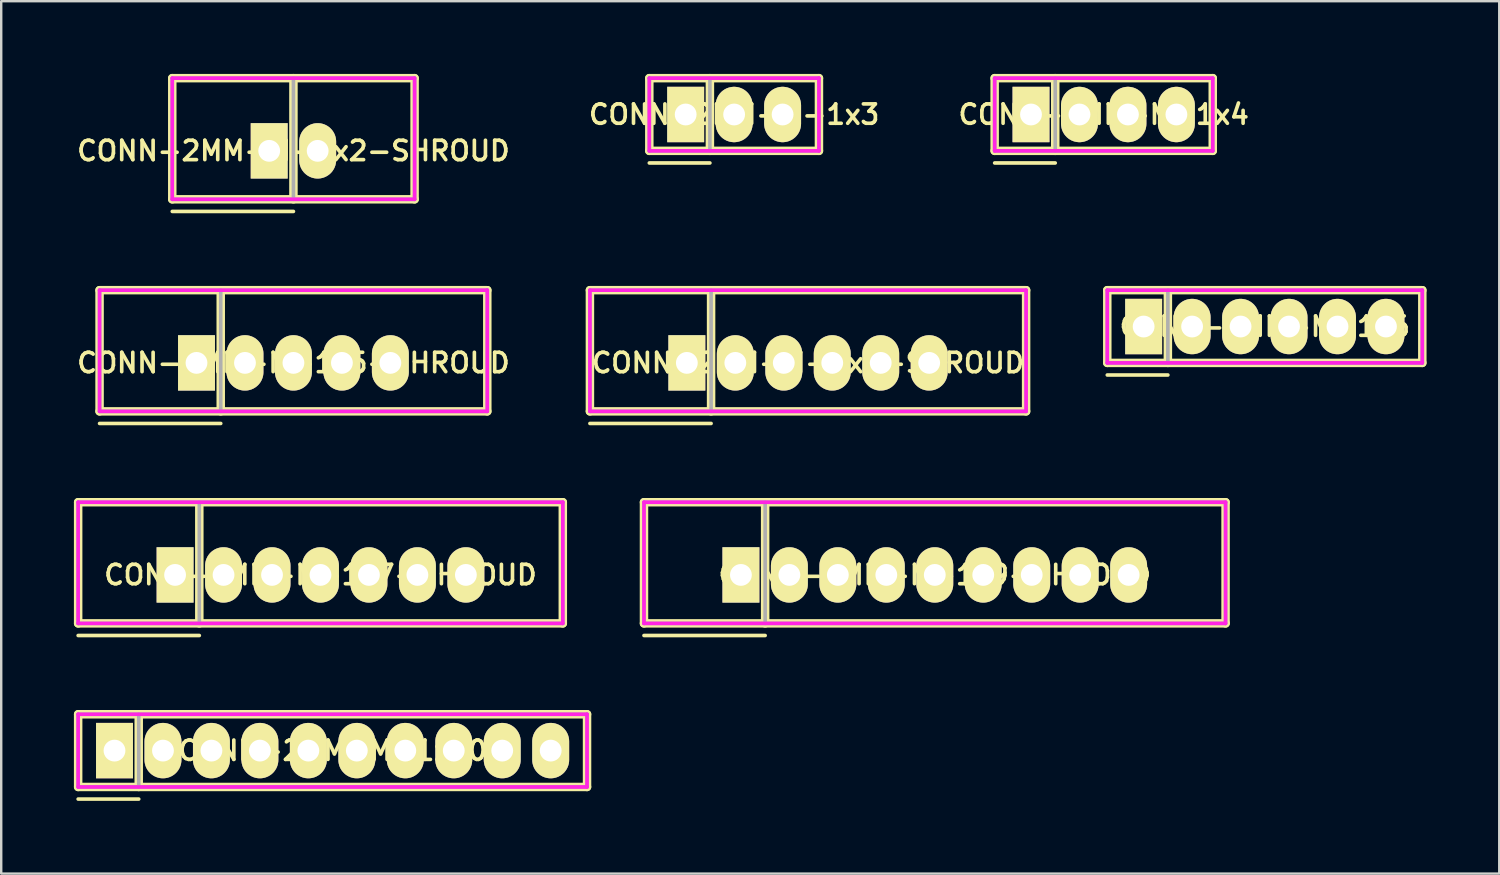
<source format=kicad_pcb>
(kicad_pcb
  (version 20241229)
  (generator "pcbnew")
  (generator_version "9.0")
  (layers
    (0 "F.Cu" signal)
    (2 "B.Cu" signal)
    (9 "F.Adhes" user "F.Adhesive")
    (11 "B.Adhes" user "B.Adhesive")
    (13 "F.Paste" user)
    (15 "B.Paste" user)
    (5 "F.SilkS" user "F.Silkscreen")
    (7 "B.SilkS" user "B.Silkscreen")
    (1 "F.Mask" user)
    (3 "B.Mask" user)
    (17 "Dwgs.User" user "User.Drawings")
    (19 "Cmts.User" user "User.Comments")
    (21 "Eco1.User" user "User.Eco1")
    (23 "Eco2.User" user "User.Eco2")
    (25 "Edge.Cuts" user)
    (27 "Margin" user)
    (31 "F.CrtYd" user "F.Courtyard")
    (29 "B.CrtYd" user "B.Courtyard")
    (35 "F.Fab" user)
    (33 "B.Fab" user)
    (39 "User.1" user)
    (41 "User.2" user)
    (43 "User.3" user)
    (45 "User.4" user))
  (footprint "CONN-2MM-M-1x9-SHROUD"
    (layer "F.Cu")
    (at 35.525 20.675)
    (property "Reference" "CONN-2MM-M-1x9-SHROUD" (at 0 0 0) (layer "F.SilkS") (effects (font (size 0.8 0.8) (thickness 0.15))))
    (attr through_hole)
    (fp_line (start -12 -3) (end 12 -3) (stroke (width 0.35) (type solid)) (layer "F.SilkS"))
    (fp_line (start -12 2) (end -12 -3) (stroke (width 0.35) (type solid)) (layer "F.SilkS"))
    (fp_line (start -12 2.5) (end -7 2.5) (stroke (width 0.15) (type solid)) (layer "F.SilkS"))
    (fp_line (start -7 -3) (end -7 2) (stroke (width 0.35) (type solid)) (layer "F.SilkS"))
    (fp_line (start 12 -3) (end 12 2) (stroke (width 0.35) (type solid)) (layer "F.SilkS"))
    (fp_line (start 12 2) (end -12 2) (stroke (width 0.35) (type solid)) (layer "F.SilkS"))
    (fp_line (start -12 -3) (end 12 -3) (stroke (width 0.15) (type solid)) (layer "F.CrtYd"))
    (fp_line (start -12 2) (end -12 -3) (stroke (width 0.15) (type solid)) (layer "F.CrtYd"))
    (fp_line (start 12 -3) (end 12 2) (stroke (width 0.15) (type solid)) (layer "F.CrtYd"))
    (fp_line (start 12 2) (end -12 2) (stroke (width 0.15) (type solid)) (layer "F.CrtYd"))
    (fp_line (start -12 -3) (end 12 -3) (stroke (width 0.15) (type solid)) (layer "F.Fab"))
    (fp_line (start -12 2) (end -12 -3) (stroke (width 0.15) (type solid)) (layer "F.Fab"))
    (fp_line (start -7 -3) (end -7 2) (stroke (width 0.15) (type solid)) (layer "F.Fab"))
    (fp_line (start 12 -3) (end 12 2) (stroke (width 0.15) (type solid)) (layer "F.Fab"))
    (fp_line (start 12 2) (end -12 2) (stroke (width 0.15) (type solid)) (layer "F.Fab"))
    (pad "1" thru_hole rect (at -8 0) (size 1.524 2.286) (drill 0.9) (layers "*.Cu" "*.Mask" "F.SilkS"))
    (pad "2" thru_hole oval (at -6 0) (size 1.524 2.286) (drill 0.9) (layers "*.Cu" "*.Mask" "F.SilkS"))
    (pad "3" thru_hole oval (at -4 0) (size 1.524 2.286) (drill 0.9) (layers "*.Cu" "*.Mask" "F.SilkS"))
    (pad "4" thru_hole oval (at -2 0) (size 1.524 2.286) (drill 0.9) (layers "*.Cu" "*.Mask" "F.SilkS"))
    (pad "5" thru_hole oval (at 0 0) (size 1.524 2.286) (drill 0.9) (layers "*.Cu" "*.Mask" "F.SilkS"))
    (pad "6" thru_hole oval (at 2 0) (size 1.524 2.286) (drill 0.9) (layers "*.Cu" "*.Mask" "F.SilkS"))
    (pad "7" thru_hole oval (at 4 0) (size 1.524 2.286) (drill 0.9) (layers "*.Cu" "*.Mask" "F.SilkS"))
    (pad "8" thru_hole oval (at 6 0) (size 1.524 2.286) (drill 0.9) (layers "*.Cu" "*.Mask" "F.SilkS"))
    (pad "9" thru_hole oval (at 8 0) (size 1.524 2.286) (drill 0.9) (layers "*.Cu" "*.Mask" "F.SilkS")))
  (footprint "CONN-2MM-M-1x6"
    (layer "F.Cu")
    (at 49.144 10.425)
    (property "Reference" "CONN-2MM-M-1x6" (at 0 0 0) (layer "F.SilkS") (effects (font (size 0.8 0.8) (thickness 0.15))))
    (attr through_hole)
    (fp_line (start -6.5 -1.5) (end 6.5 -1.5) (stroke (width 0.35) (type solid)) (layer "F.SilkS"))
    (fp_line (start -6.5 1.5) (end -6.5 -1.5) (stroke (width 0.35) (type solid)) (layer "F.SilkS"))
    (fp_line (start -6.5 2) (end -4 2) (stroke (width 0.15) (type solid)) (layer "F.SilkS"))
    (fp_line (start -4 -1.5) (end -4 1.5) (stroke (width 0.35) (type solid)) (layer "F.SilkS"))
    (fp_line (start 6.5 -1.5) (end 6.5 1.5) (stroke (width 0.35) (type solid)) (layer "F.SilkS"))
    (fp_line (start 6.5 1.5) (end -6.5 1.5) (stroke (width 0.35) (type solid)) (layer "F.SilkS"))
    (fp_line (start -6.5 -1.5) (end 6.5 -1.5) (stroke (width 0.15) (type solid)) (layer "F.CrtYd"))
    (fp_line (start -6.5 1.5) (end -6.5 -1.5) (stroke (width 0.15) (type solid)) (layer "F.CrtYd"))
    (fp_line (start 6.5 -1.5) (end 6.5 1.5) (stroke (width 0.15) (type solid)) (layer "F.CrtYd"))
    (fp_line (start 6.5 1.5) (end -6.5 1.5) (stroke (width 0.15) (type solid)) (layer "F.CrtYd"))
    (fp_line (start -6.5 -1.5) (end 6.5 -1.5) (stroke (width 0.15) (type solid)) (layer "F.Fab"))
    (fp_line (start -6.5 1.5) (end -6.5 -1.5) (stroke (width 0.15) (type solid)) (layer "F.Fab"))
    (fp_line (start -4 -1.5) (end -4 1.5) (stroke (width 0.15) (type solid)) (layer "F.Fab"))
    (fp_line (start 6.5 -1.5) (end 6.5 1.5) (stroke (width 0.15) (type solid)) (layer "F.Fab"))
    (fp_line (start 6.5 1.5) (end -6.5 1.5) (stroke (width 0.15) (type solid)) (layer "F.Fab"))
    (pad "1" thru_hole rect (at -5 0) (size 1.524 2.286) (drill 0.9) (layers "*.Cu" "*.Mask" "F.SilkS"))
    (pad "2" thru_hole oval (at -3 0) (size 1.524 2.286) (drill 0.9) (layers "*.Cu" "*.Mask" "F.SilkS"))
    (pad "3" thru_hole oval (at -1 0) (size 1.524 2.286) (drill 0.9) (layers "*.Cu" "*.Mask" "F.SilkS"))
    (pad "4" thru_hole oval (at 1 0) (size 1.524 2.286) (drill 0.9) (layers "*.Cu" "*.Mask" "F.SilkS"))
    (pad "5" thru_hole oval (at 3 0) (size 1.524 2.286) (drill 0.9) (layers "*.Cu" "*.Mask" "F.SilkS"))
    (pad "6" thru_hole oval (at 5 0) (size 1.524 2.286) (drill 0.9) (layers "*.Cu" "*.Mask" "F.SilkS")))
  (footprint "CONN-2MM-M-1x5-SHROUD"
    (layer "F.Cu")
    (at 9.059 11.925)
    (property "Reference" "CONN-2MM-M-1x5-SHROUD" (at 0 0 0) (layer "F.SilkS") (effects (font (size 0.8 0.8) (thickness 0.15))))
    (attr through_hole)
    (fp_line (start -8 -3) (end 8 -3) (stroke (width 0.35) (type solid)) (layer "F.SilkS"))
    (fp_line (start -8 2) (end -8 -3) (stroke (width 0.35) (type solid)) (layer "F.SilkS"))
    (fp_line (start -8 2.5) (end -3 2.5) (stroke (width 0.15) (type solid)) (layer "F.SilkS"))
    (fp_line (start -3 -3) (end -3 2) (stroke (width 0.35) (type solid)) (layer "F.SilkS"))
    (fp_line (start 8 -3) (end 8 2) (stroke (width 0.35) (type solid)) (layer "F.SilkS"))
    (fp_line (start 8 2) (end -8 2) (stroke (width 0.35) (type solid)) (layer "F.SilkS"))
    (fp_line (start -8 -3) (end 8 -3) (stroke (width 0.15) (type solid)) (layer "F.CrtYd"))
    (fp_line (start -8 2) (end -8 -3) (stroke (width 0.15) (type solid)) (layer "F.CrtYd"))
    (fp_line (start 8 -3) (end 8 2) (stroke (width 0.15) (type solid)) (layer "F.CrtYd"))
    (fp_line (start 8 2) (end -8 2) (stroke (width 0.15) (type solid)) (layer "F.CrtYd"))
    (fp_line (start -8 -3) (end 8 -3) (stroke (width 0.15) (type solid)) (layer "F.Fab"))
    (fp_line (start -8 2) (end -8 -3) (stroke (width 0.15) (type solid)) (layer "F.Fab"))
    (fp_line (start -3 -3) (end -3 2) (stroke (width 0.15) (type solid)) (layer "F.Fab"))
    (fp_line (start 8 -3) (end 8 2) (stroke (width 0.15) (type solid)) (layer "F.Fab"))
    (fp_line (start 8 2) (end -8 2) (stroke (width 0.15) (type solid)) (layer "F.Fab"))
    (pad "1" thru_hole rect (at -4 0) (size 1.524 2.286) (drill 0.9) (layers "*.Cu" "*.Mask" "F.SilkS"))
    (pad "2" thru_hole oval (at -2 0) (size 1.524 2.286) (drill 0.9) (layers "*.Cu" "*.Mask" "F.SilkS"))
    (pad "3" thru_hole oval (at 0 0) (size 1.524 2.286) (drill 0.9) (layers "*.Cu" "*.Mask" "F.SilkS"))
    (pad "4" thru_hole oval (at 2 0) (size 1.524 2.286) (drill 0.9) (layers "*.Cu" "*.Mask" "F.SilkS"))
    (pad "5" thru_hole oval (at 4 0) (size 1.524 2.286) (drill 0.9) (layers "*.Cu" "*.Mask" "F.SilkS")))
  (footprint "CONN-2MM-M-1x4"
    (layer "F.Cu")
    (at 42.496 1.675)
    (property "Reference" "CONN-2MM-M-1x4" (at 0 0 0) (layer "F.SilkS") (effects (font (size 0.8 0.8) (thickness 0.15))))
    (attr through_hole)
    (fp_line (start -4.5 -1.5) (end 4.5 -1.5) (stroke (width 0.35) (type solid)) (layer "F.SilkS"))
    (fp_line (start -4.5 1.5) (end -4.5 -1.5) (stroke (width 0.35) (type solid)) (layer "F.SilkS"))
    (fp_line (start -4.5 2) (end -2 2) (stroke (width 0.15) (type solid)) (layer "F.SilkS"))
    (fp_line (start -2 -1.5) (end -2 1.5) (stroke (width 0.35) (type solid)) (layer "F.SilkS"))
    (fp_line (start 4.5 -1.5) (end 4.5 1.5) (stroke (width 0.35) (type solid)) (layer "F.SilkS"))
    (fp_line (start 4.5 1.5) (end -4.5 1.5) (stroke (width 0.35) (type solid)) (layer "F.SilkS"))
    (fp_line (start -4.5 -1.5) (end 4.5 -1.5) (stroke (width 0.15) (type solid)) (layer "F.CrtYd"))
    (fp_line (start -4.5 1.5) (end -4.5 -1.5) (stroke (width 0.15) (type solid)) (layer "F.CrtYd"))
    (fp_line (start 4.5 -1.5) (end 4.5 1.5) (stroke (width 0.15) (type solid)) (layer "F.CrtYd"))
    (fp_line (start 4.5 1.5) (end -4.5 1.5) (stroke (width 0.15) (type solid)) (layer "F.CrtYd"))
    (fp_line (start -4.5 -1.5) (end 4.5 -1.5) (stroke (width 0.15) (type solid)) (layer "F.Fab"))
    (fp_line (start -4.5 1.5) (end -4.5 -1.5) (stroke (width 0.15) (type solid)) (layer "F.Fab"))
    (fp_line (start -2 -1.5) (end -2 1.5) (stroke (width 0.15) (type solid)) (layer "F.Fab"))
    (fp_line (start 4.5 -1.5) (end 4.5 1.5) (stroke (width 0.15) (type solid)) (layer "F.Fab"))
    (fp_line (start 4.5 1.5) (end -4.5 1.5) (stroke (width 0.15) (type solid)) (layer "F.Fab"))
    (pad "1" thru_hole rect (at -3 0) (size 1.524 2.286) (drill 0.9) (layers "*.Cu" "*.Mask" "F.SilkS"))
    (pad "2" thru_hole oval (at -1 0) (size 1.524 2.286) (drill 0.9) (layers "*.Cu" "*.Mask" "F.SilkS"))
    (pad "3" thru_hole oval (at 1 0) (size 1.524 2.286) (drill 0.9) (layers "*.Cu" "*.Mask" "F.SilkS"))
    (pad "4" thru_hole oval (at 3 0) (size 1.524 2.286) (drill 0.9) (layers "*.Cu" "*.Mask" "F.SilkS")))
  (footprint "CONN-2MM-M-1x10"
    (layer "F.Cu")
    (at 10.675 27.925)
    (property "Reference" "CONN-2MM-M-1x10" (at 0 0 0) (layer "F.SilkS") (effects (font (size 0.8 0.8) (thickness 0.15))))
    (attr through_hole)
    (fp_line (start -10.5 -1.5) (end 10.5 -1.5) (stroke (width 0.35) (type solid)) (layer "F.SilkS"))
    (fp_line (start -10.5 1.5) (end -10.5 -1.5) (stroke (width 0.35) (type solid)) (layer "F.SilkS"))
    (fp_line (start -10.5 2) (end -8 2) (stroke (width 0.15) (type solid)) (layer "F.SilkS"))
    (fp_line (start -8 -1.5) (end -8 1.5) (stroke (width 0.35) (type solid)) (layer "F.SilkS"))
    (fp_line (start 10.5 -1.5) (end 10.5 1.5) (stroke (width 0.35) (type solid)) (layer "F.SilkS"))
    (fp_line (start 10.5 1.5) (end -10.5 1.5) (stroke (width 0.35) (type solid)) (layer "F.SilkS"))
    (fp_line (start -10.5 -1.5) (end 10.5 -1.5) (stroke (width 0.15) (type solid)) (layer "F.CrtYd"))
    (fp_line (start -10.5 1.5) (end -10.5 -1.5) (stroke (width 0.15) (type solid)) (layer "F.CrtYd"))
    (fp_line (start 10.5 -1.5) (end 10.5 1.5) (stroke (width 0.15) (type solid)) (layer "F.CrtYd"))
    (fp_line (start 10.5 1.5) (end -10.5 1.5) (stroke (width 0.15) (type solid)) (layer "F.CrtYd"))
    (fp_line (start -10.5 -1.5) (end 10.5 -1.5) (stroke (width 0.15) (type solid)) (layer "F.Fab"))
    (fp_line (start -10.5 1.5) (end -10.5 -1.5) (stroke (width 0.15) (type solid)) (layer "F.Fab"))
    (fp_line (start -8 -1.5) (end -8 1.5) (stroke (width 0.15) (type solid)) (layer "F.Fab"))
    (fp_line (start 10.5 -1.5) (end 10.5 1.5) (stroke (width 0.15) (type solid)) (layer "F.Fab"))
    (fp_line (start 10.5 1.5) (end -10.5 1.5) (stroke (width 0.15) (type solid)) (layer "F.Fab"))
    (pad "1" thru_hole rect (at -9 0) (size 1.524 2.286) (drill 0.9) (layers "*.Cu" "*.Mask" "F.SilkS"))
    (pad "2" thru_hole oval (at -7 0) (size 1.524 2.286) (drill 0.9) (layers "*.Cu" "*.Mask" "F.SilkS"))
    (pad "3" thru_hole oval (at -5 0) (size 1.524 2.286) (drill 0.9) (layers "*.Cu" "*.Mask" "F.SilkS"))
    (pad "4" thru_hole oval (at -3 0) (size 1.524 2.286) (drill 0.9) (layers "*.Cu" "*.Mask" "F.SilkS"))
    (pad "5" thru_hole oval (at -1 0) (size 1.524 2.286) (drill 0.9) (layers "*.Cu" "*.Mask" "F.SilkS"))
    (pad "6" thru_hole oval (at 1 0) (size 1.524 2.286) (drill 0.9) (layers "*.Cu" "*.Mask" "F.SilkS"))
    (pad "7" thru_hole oval (at 3 0) (size 1.524 2.286) (drill 0.9) (layers "*.Cu" "*.Mask" "F.SilkS"))
    (pad "8" thru_hole oval (at 5 0) (size 1.524 2.286) (drill 0.9) (layers "*.Cu" "*.Mask" "F.SilkS"))
    (pad "9" thru_hole oval (at 7 0) (size 1.524 2.286) (drill 0.9) (layers "*.Cu" "*.Mask" "F.SilkS"))
    (pad "10" thru_hole oval (at 9 0) (size 1.524 2.286) (drill 0.9) (layers "*.Cu" "*.Mask" "F.SilkS")))
  (footprint "CONN-2MM-M-1x7-SHROUD"
    (layer "F.Cu")
    (at 10.175 20.675)
    (property "Reference" "CONN-2MM-M-1x7-SHROUD" (at 0 0 0) (layer "F.SilkS") (effects (font (size 0.8 0.8) (thickness 0.15))))
    (attr through_hole)
    (fp_line (start -10 -3) (end 10 -3) (stroke (width 0.35) (type solid)) (layer "F.SilkS"))
    (fp_line (start -10 2) (end -10 -3) (stroke (width 0.35) (type solid)) (layer "F.SilkS"))
    (fp_line (start -10 2.5) (end -5 2.5) (stroke (width 0.15) (type solid)) (layer "F.SilkS"))
    (fp_line (start -5 -3) (end -5 2) (stroke (width 0.35) (type solid)) (layer "F.SilkS"))
    (fp_line (start 10 -3) (end 10 2) (stroke (width 0.35) (type solid)) (layer "F.SilkS"))
    (fp_line (start 10 2) (end -10 2) (stroke (width 0.35) (type solid)) (layer "F.SilkS"))
    (fp_line (start -10 -3) (end 10 -3) (stroke (width 0.15) (type solid)) (layer "F.CrtYd"))
    (fp_line (start -10 2) (end -10 -3) (stroke (width 0.15) (type solid)) (layer "F.CrtYd"))
    (fp_line (start 10 -3) (end 10 2) (stroke (width 0.15) (type solid)) (layer "F.CrtYd"))
    (fp_line (start 10 2) (end -10 2) (stroke (width 0.15) (type solid)) (layer "F.CrtYd"))
    (fp_line (start -10 -3) (end 10 -3) (stroke (width 0.15) (type solid)) (layer "F.Fab"))
    (fp_line (start -10 2) (end -10 -3) (stroke (width 0.15) (type solid)) (layer "F.Fab"))
    (fp_line (start -5 -3) (end -5 2) (stroke (width 0.15) (type solid)) (layer "F.Fab"))
    (fp_line (start 10 -3) (end 10 2) (stroke (width 0.15) (type solid)) (layer "F.Fab"))
    (fp_line (start 10 2) (end -10 2) (stroke (width 0.15) (type solid)) (layer "F.Fab"))
    (pad "1" thru_hole rect (at -6 0) (size 1.524 2.286) (drill 0.9) (layers "*.Cu" "*.Mask" "F.SilkS"))
    (pad "2" thru_hole oval (at -4 0) (size 1.524 2.286) (drill 0.9) (layers "*.Cu" "*.Mask" "F.SilkS"))
    (pad "3" thru_hole oval (at -2 0) (size 1.524 2.286) (drill 0.9) (layers "*.Cu" "*.Mask" "F.SilkS"))
    (pad "4" thru_hole oval (at 0 0) (size 1.524 2.286) (drill 0.9) (layers "*.Cu" "*.Mask" "F.SilkS"))
    (pad "5" thru_hole oval (at 2 0) (size 1.524 2.286) (drill 0.9) (layers "*.Cu" "*.Mask" "F.SilkS"))
    (pad "6" thru_hole oval (at 4 0) (size 1.524 2.286) (drill 0.9) (layers "*.Cu" "*.Mask" "F.SilkS"))
    (pad "7" thru_hole oval (at 6 0) (size 1.524 2.286) (drill 0.9) (layers "*.Cu" "*.Mask" "F.SilkS")))
  (footprint "CONN-2MM-M-1x6-SHROUD"
    (layer "F.Cu")
    (at 30.294 11.925)
    (property "Reference" "CONN-2MM-M-1x6-SHROUD" (at 0 0 0) (layer "F.SilkS") (effects (font (size 0.8 0.8) (thickness 0.15))))
    (attr through_hole)
    (fp_line (start -9 -3) (end 9 -3) (stroke (width 0.35) (type solid)) (layer "F.SilkS"))
    (fp_line (start -9 2) (end -9 -3) (stroke (width 0.35) (type solid)) (layer "F.SilkS"))
    (fp_line (start -9 2.5) (end -4 2.5) (stroke (width 0.15) (type solid)) (layer "F.SilkS"))
    (fp_line (start -4 -3) (end -4 2) (stroke (width 0.35) (type solid)) (layer "F.SilkS"))
    (fp_line (start 9 -3) (end 9 2) (stroke (width 0.35) (type solid)) (layer "F.SilkS"))
    (fp_line (start 9 2) (end -9 2) (stroke (width 0.35) (type solid)) (layer "F.SilkS"))
    (fp_line (start -9 -3) (end 9 -3) (stroke (width 0.15) (type solid)) (layer "F.CrtYd"))
    (fp_line (start -9 2) (end -9 -3) (stroke (width 0.15) (type solid)) (layer "F.CrtYd"))
    (fp_line (start 9 -3) (end 9 2) (stroke (width 0.15) (type solid)) (layer "F.CrtYd"))
    (fp_line (start 9 2) (end -9 2) (stroke (width 0.15) (type solid)) (layer "F.CrtYd"))
    (fp_line (start -9 -3) (end 9 -3) (stroke (width 0.15) (type solid)) (layer "F.Fab"))
    (fp_line (start -9 2) (end -9 -3) (stroke (width 0.15) (type solid)) (layer "F.Fab"))
    (fp_line (start -4 -3) (end -4 2) (stroke (width 0.15) (type solid)) (layer "F.Fab"))
    (fp_line (start 9 -3) (end 9 2) (stroke (width 0.15) (type solid)) (layer "F.Fab"))
    (fp_line (start 9 2) (end -9 2) (stroke (width 0.15) (type solid)) (layer "F.Fab"))
    (pad "1" thru_hole rect (at -5 0) (size 1.524 2.286) (drill 0.9) (layers "*.Cu" "*.Mask" "F.SilkS"))
    (pad "2" thru_hole oval (at -3 0) (size 1.524 2.286) (drill 0.9) (layers "*.Cu" "*.Mask" "F.SilkS"))
    (pad "3" thru_hole oval (at -1 0) (size 1.524 2.286) (drill 0.9) (layers "*.Cu" "*.Mask" "F.SilkS"))
    (pad "4" thru_hole oval (at 1 0) (size 1.524 2.286) (drill 0.9) (layers "*.Cu" "*.Mask" "F.SilkS"))
    (pad "5" thru_hole oval (at 3 0) (size 1.524 2.286) (drill 0.9) (layers "*.Cu" "*.Mask" "F.SilkS"))
    (pad "6" thru_hole oval (at 5 0) (size 1.524 2.286) (drill 0.9) (layers "*.Cu" "*.Mask" "F.SilkS")))
  (footprint "CONN-2MM-M-1x2-SHROUD"
    (layer "F.Cu")
    (at 9.059 3.175)
    (property "Reference" "CONN-2MM-M-1x2-SHROUD" (at 0 0 0) (layer "F.SilkS") (effects (font (size 0.8 0.8) (thickness 0.15))))
    (attr through_hole)
    (fp_line (start -5 -3) (end 5 -3) (stroke (width 0.35) (type solid)) (layer "F.SilkS"))
    (fp_line (start -5 2) (end -5 -3) (stroke (width 0.35) (type solid)) (layer "F.SilkS"))
    (fp_line (start -5 2.5) (end 0 2.5) (stroke (width 0.15) (type solid)) (layer "F.SilkS"))
    (fp_line (start 0 -3) (end 0 2) (stroke (width 0.35) (type solid)) (layer "F.SilkS"))
    (fp_line (start 5 -3) (end 5 2) (stroke (width 0.35) (type solid)) (layer "F.SilkS"))
    (fp_line (start 5 2) (end -5 2) (stroke (width 0.35) (type solid)) (layer "F.SilkS"))
    (fp_line (start -5 -3) (end 5 -3) (stroke (width 0.15) (type solid)) (layer "F.CrtYd"))
    (fp_line (start -5 2) (end -5 -3) (stroke (width 0.15) (type solid)) (layer "F.CrtYd"))
    (fp_line (start 5 -3) (end 5 2) (stroke (width 0.15) (type solid)) (layer "F.CrtYd"))
    (fp_line (start 5 2) (end -5 2) (stroke (width 0.15) (type solid)) (layer "F.CrtYd"))
    (fp_line (start -5 -3) (end 5 -3) (stroke (width 0.15) (type solid)) (layer "F.Fab"))
    (fp_line (start -5 2) (end -5 -3) (stroke (width 0.15) (type solid)) (layer "F.Fab"))
    (fp_line (start 0 -3) (end 0 2) (stroke (width 0.15) (type solid)) (layer "F.Fab"))
    (fp_line (start 5 -3) (end 5 2) (stroke (width 0.15) (type solid)) (layer "F.Fab"))
    (fp_line (start 5 2) (end -5 2) (stroke (width 0.15) (type solid)) (layer "F.Fab"))
    (pad "1" thru_hole rect (at -1 0) (size 1.524 2.286) (drill 0.9) (layers "*.Cu" "*.Mask" "F.SilkS"))
    (pad "2" thru_hole oval (at 1 0) (size 1.524 2.286) (drill 0.9) (layers "*.Cu" "*.Mask" "F.SilkS")))
  (footprint "CONN-2MM-M-1x3"
    (layer "F.Cu")
    (at 27.245 1.675)
    (property "Reference" "CONN-2MM-M-1x3" (at 0 0 0) (layer "F.SilkS") (effects (font (size 0.8 0.8) (thickness 0.15))))
    (attr through_hole)
    (fp_line (start -3.5 -1.5) (end 3.5 -1.5) (stroke (width 0.35) (type solid)) (layer "F.SilkS"))
    (fp_line (start -3.5 1.5) (end -3.5 -1.5) (stroke (width 0.35) (type solid)) (layer "F.SilkS"))
    (fp_line (start -3.5 2) (end -1 2) (stroke (width 0.15) (type solid)) (layer "F.SilkS"))
    (fp_line (start -1 -1.5) (end -1 1.5) (stroke (width 0.35) (type solid)) (layer "F.SilkS"))
    (fp_line (start 3.5 -1.5) (end 3.5 1.5) (stroke (width 0.35) (type solid)) (layer "F.SilkS"))
    (fp_line (start 3.5 1.5) (end -3.5 1.5) (stroke (width 0.35) (type solid)) (layer "F.SilkS"))
    (fp_line (start -3.5 -1.5) (end 3.5 -1.5) (stroke (width 0.15) (type solid)) (layer "F.CrtYd"))
    (fp_line (start -3.5 1.5) (end -3.5 -1.5) (stroke (width 0.15) (type solid)) (layer "F.CrtYd"))
    (fp_line (start 3.5 -1.5) (end 3.5 1.5) (stroke (width 0.15) (type solid)) (layer "F.CrtYd"))
    (fp_line (start 3.5 1.5) (end -3.5 1.5) (stroke (width 0.15) (type solid)) (layer "F.CrtYd"))
    (fp_line (start -3.5 -1.5) (end 3.5 -1.5) (stroke (width 0.15) (type solid)) (layer "F.Fab"))
    (fp_line (start -3.5 1.5) (end -3.5 -1.5) (stroke (width 0.15) (type solid)) (layer "F.Fab"))
    (fp_line (start -1 -1.5) (end -1 1.5) (stroke (width 0.15) (type solid)) (layer "F.Fab"))
    (fp_line (start 3.5 -1.5) (end 3.5 1.5) (stroke (width 0.15) (type solid)) (layer "F.Fab"))
    (fp_line (start 3.5 1.5) (end -3.5 1.5) (stroke (width 0.15) (type solid)) (layer "F.Fab"))
    (pad "1" thru_hole rect (at -2 0) (size 1.524 2.286) (drill 0.9) (layers "*.Cu" "*.Mask" "F.SilkS"))
    (pad "2" thru_hole oval (at 0 0) (size 1.524 2.286) (drill 0.9) (layers "*.Cu" "*.Mask" "F.SilkS"))
    (pad "3" thru_hole oval (at 2 0) (size 1.524 2.286) (drill 0.9) (layers "*.Cu" "*.Mask" "F.SilkS")))
  (gr_rect
    (start -3 -3)
    (end 58.819 33)
    (stroke (width 0.1) (type default))
    (fill no)
    (layer "Edge.Cuts")))
</source>
